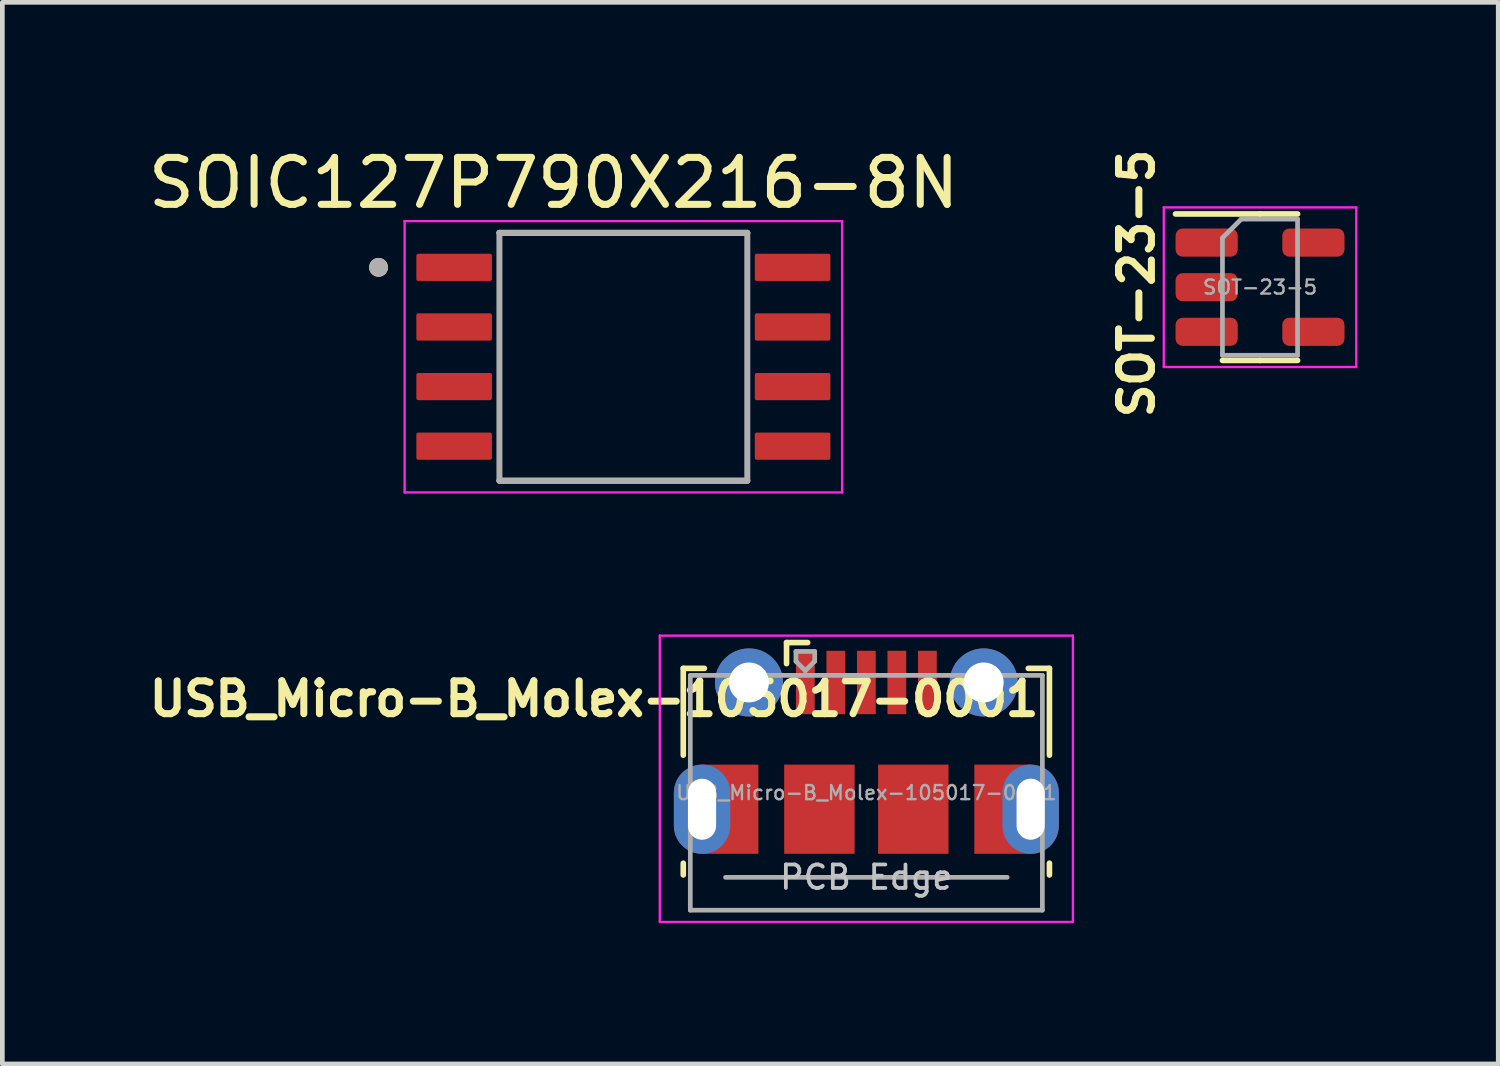
<source format=kicad_pcb>
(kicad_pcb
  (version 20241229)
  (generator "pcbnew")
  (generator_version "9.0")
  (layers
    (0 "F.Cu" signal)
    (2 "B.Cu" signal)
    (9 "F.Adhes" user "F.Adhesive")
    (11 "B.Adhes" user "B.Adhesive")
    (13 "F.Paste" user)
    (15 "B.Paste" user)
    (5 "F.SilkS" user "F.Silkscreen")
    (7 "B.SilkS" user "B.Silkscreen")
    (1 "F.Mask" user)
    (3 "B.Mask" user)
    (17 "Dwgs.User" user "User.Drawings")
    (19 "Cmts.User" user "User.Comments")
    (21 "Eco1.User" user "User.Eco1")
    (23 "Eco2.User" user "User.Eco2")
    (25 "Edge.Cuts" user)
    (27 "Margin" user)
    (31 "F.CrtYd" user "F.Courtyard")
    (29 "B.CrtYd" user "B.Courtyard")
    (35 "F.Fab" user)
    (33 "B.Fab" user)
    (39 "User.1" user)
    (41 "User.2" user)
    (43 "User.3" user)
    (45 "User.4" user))
  (footprint "USB_Micro-B_Molex-105017-0001"
    (layer "F.Cu")
    (at 15.405 12.95)
    (property "Reference" "USB_Micro-B_Molex-105017-0001" (at -5.8 -1.113 180) (layer "F.SilkS") (effects (font (size 0.7 0.7) (thickness 0.15))))
    (attr smd)
    (fp_line (start -3.9 -1.762) (end -3.45 -1.762) (stroke (width 0.12) (type solid)) (layer "F.SilkS"))
    (fp_line (start -3.9 0.087) (end -3.9 -1.762) (stroke (width 0.12) (type solid)) (layer "F.SilkS"))
    (fp_line (start -3.9 2.638) (end -3.9 2.388) (stroke (width 0.12) (type solid)) (layer "F.SilkS"))
    (fp_line (start -1.7 -2.312) (end -1.7 -1.863) (stroke (width 0.12) (type solid)) (layer "F.SilkS"))
    (fp_line (start -1.7 -2.312) (end -1.25 -2.312) (stroke (width 0.12) (type solid)) (layer "F.SilkS"))
    (fp_line (start 3.9 -1.762) (end 3.45 -1.762) (stroke (width 0.12) (type solid)) (layer "F.SilkS"))
    (fp_line (start 3.9 0.087) (end 3.9 -1.762) (stroke (width 0.12) (type solid)) (layer "F.SilkS"))
    (fp_line (start 3.9 2.638) (end 3.9 2.388) (stroke (width 0.12) (type solid)) (layer "F.SilkS"))
    (fp_line (start -4.4 -2.46) (end 4.4 -2.46) (stroke (width 0.05) (type solid)) (layer "F.CrtYd"))
    (fp_line (start -4.4 3.64) (end -4.4 -2.46) (stroke (width 0.05) (type solid)) (layer "F.CrtYd"))
    (fp_line (start -4.4 3.64) (end 4.4 3.64) (stroke (width 0.05) (type solid)) (layer "F.CrtYd"))
    (fp_line (start 4.4 -2.46) (end 4.4 3.64) (stroke (width 0.05) (type solid)) (layer "F.CrtYd"))
    (fp_line (start -3.75 -1.613) (end 3.75 -1.613) (stroke (width 0.1) (type solid)) (layer "F.Fab"))
    (fp_line (start -3.75 3.388) (end -3.75 -1.613) (stroke (width 0.1) (type solid)) (layer "F.Fab"))
    (fp_line (start -3.75 3.389) (end 3.75 3.389) (stroke (width 0.1) (type solid)) (layer "F.Fab"))
    (fp_line (start -3 2.689) (end 3 2.689) (stroke (width 0.1) (type solid)) (layer "F.Fab"))
    (fp_line (start -1.5 -2.123) (end -1.5 -1.913) (stroke (width 0.1) (type solid)) (layer "F.Fab"))
    (fp_line (start -1.5 -2.123) (end -1.1 -2.123) (stroke (width 0.1) (type solid)) (layer "F.Fab"))
    (fp_line (start -1.3 -1.712) (end -1.5 -1.913) (stroke (width 0.1) (type solid)) (layer "F.Fab"))
    (fp_line (start -1.1 -2.123) (end -1.1 -1.913) (stroke (width 0.1) (type solid)) (layer "F.Fab"))
    (fp_line (start -1.1 -1.913) (end -1.3 -1.712) (stroke (width 0.1) (type solid)) (layer "F.Fab"))
    (fp_line (start 3.75 3.388) (end 3.75 -1.613) (stroke (width 0.1) (type solid)) (layer "F.Fab"))
    (fp_text user "PCB Edge" (at 0 2.688 180) (layer "Dwgs.User") (effects (font (size 0.5 0.5) (thickness 0.08))))
    (fp_text user "${REFERENCE}" (at 0 0.887 180) (layer "F.Fab") (effects (font (size 0.3 0.3) (thickness 0.05))))
    (pad "1" smd rect (at -1.3 -1.462) (size 0.4 1.35) (layers "F.Cu"))
    (pad "2" smd rect (at -0.65 -1.462) (size 0.4 1.35) (layers "F.Cu"))
    (pad "3" smd rect (at 0 -1.462) (size 0.4 1.35) (layers "F.Cu"))
    (pad "4" smd rect (at 0.65 -1.462) (size 0.4 1.35) (layers "F.Cu"))
    (pad "5" smd rect (at 1.3 -1.462) (size 0.4 1.35) (layers "F.Cu"))
    (pad "6" thru_hole oval (at -3.5 1.238 180) (size 1.2 1.9) (drill oval 0.6 1.3) (layers "*.Cu"))
    (pad "6" smd rect (at -2.9 1.238) (size 1.2 1.9) (layers "F.Cu" "F.Mask"))
    (pad "6" thru_hole circle (at -2.5 -1.462) (size 1.45 1.45) (drill 0.85) (layers "*.Cu"))
    (pad "6" smd rect (at -1 1.238) (size 1.5 1.9) (layers "F.Cu" "F.Mask" "F.Paste"))
    (pad "6" smd rect (at 1 1.238) (size 1.5 1.9) (layers "F.Cu" "F.Mask" "F.Paste"))
    (pad "6" thru_hole circle (at 2.5 -1.462) (size 1.45 1.45) (drill 0.85) (layers "*.Cu"))
    (pad "6" smd rect (at 2.9 1.238) (size 1.2 1.9) (layers "F.Cu" "F.Mask"))
    (pad "6" thru_hole oval (at 3.5 1.238) (size 1.2 1.9) (drill oval 0.6 1.3) (layers "*.Cu")))
  (footprint "SOIC127P790X216-8N"
    (layer "F.Cu")
    (at 10.229 4.55)
    (property "Reference" "SOIC127P790X216-8N" (at -1.485 -3.702 0) (layer "F.SilkS") (effects (font (size 1 1) (thickness 0.15))))
    (attr smd)
    (fp_line (start -2.64 -2.64) (end 2.64 -2.64) (stroke (width 0.127) (type solid)) (layer "F.SilkS"))
    (fp_line (start -2.64 2.64) (end 2.64 2.64) (stroke (width 0.127) (type solid)) (layer "F.SilkS"))
    (fp_circle (center -5.215 -1.905) (end -5.115 -1.905) (stroke (width 0.2) (type solid)) (fill no) (layer "F.SilkS"))
    (fp_line (start -4.66 -2.89) (end -4.66 2.89) (stroke (width 0.05) (type solid)) (layer "F.CrtYd"))
    (fp_line (start -4.66 -2.89) (end 4.66 -2.89) (stroke (width 0.05) (type solid)) (layer "F.CrtYd"))
    (fp_line (start -4.66 2.89) (end 4.66 2.89) (stroke (width 0.05) (type solid)) (layer "F.CrtYd"))
    (fp_line (start 4.66 -2.89) (end 4.66 2.89) (stroke (width 0.05) (type solid)) (layer "F.CrtYd"))
    (fp_line (start -2.64 -2.64) (end -2.64 2.64) (stroke (width 0.127) (type solid)) (layer "F.Fab"))
    (fp_line (start -2.64 -2.64) (end 2.64 -2.64) (stroke (width 0.127) (type solid)) (layer "F.Fab"))
    (fp_line (start -2.64 2.64) (end 2.64 2.64) (stroke (width 0.127) (type solid)) (layer "F.Fab"))
    (fp_line (start 2.64 -2.64) (end 2.64 2.64) (stroke (width 0.127) (type solid)) (layer "F.Fab"))
    (fp_circle (center -5.215 -1.905) (end -5.115 -1.905) (stroke (width 0.2) (type solid)) (fill no) (layer "F.Fab"))
    (pad "1" smd roundrect (at -3.605 -1.905) (size 1.61 0.58) (layers "F.Cu" "F.Mask" "F.Paste") (roundrect_rratio 0.07))
    (pad "2" smd roundrect (at -3.605 -0.635) (size 1.61 0.58) (layers "F.Cu" "F.Mask" "F.Paste") (roundrect_rratio 0.07))
    (pad "3" smd roundrect (at -3.605 0.635) (size 1.61 0.58) (layers "F.Cu" "F.Mask" "F.Paste") (roundrect_rratio 0.07))
    (pad "4" smd roundrect (at -3.605 1.905) (size 1.61 0.58) (layers "F.Cu" "F.Mask" "F.Paste") (roundrect_rratio 0.07))
    (pad "5" smd roundrect (at 3.605 1.905) (size 1.61 0.58) (layers "F.Cu" "F.Mask" "F.Paste") (roundrect_rratio 0.07))
    (pad "6" smd roundrect (at 3.605 0.635) (size 1.61 0.58) (layers "F.Cu" "F.Mask" "F.Paste") (roundrect_rratio 0.07))
    (pad "7" smd roundrect (at 3.605 -0.635) (size 1.61 0.58) (layers "F.Cu" "F.Mask" "F.Paste") (roundrect_rratio 0.07))
    (pad "8" smd roundrect (at 3.605 -1.905) (size 1.61 0.58) (layers "F.Cu" "F.Mask" "F.Paste") (roundrect_rratio 0.07)))
  (footprint "SOT-23-5"
    (layer "F.Cu")
    (at 23.791 3.068)
    (property "Reference" "SOT-23-5" (at -2.63 -0.08 90) (unlocked yes) (layer "F.SilkS") (effects (font (size 0.7 0.7) (thickness 0.15))))
    (attr smd)
    (fp_line (start 0 -1.56) (end -1.8 -1.56) (stroke (width 0.12) (type solid)) (layer "F.SilkS"))
    (fp_line (start 0 -1.56) (end 0.8 -1.56) (stroke (width 0.12) (type solid)) (layer "F.SilkS"))
    (fp_line (start 0 1.56) (end -0.8 1.56) (stroke (width 0.12) (type solid)) (layer "F.SilkS"))
    (fp_line (start 0 1.56) (end 0.8 1.56) (stroke (width 0.12) (type solid)) (layer "F.SilkS"))
    (fp_line (start -2.05 -1.7) (end -2.05 1.7) (stroke (width 0.05) (type solid)) (layer "F.CrtYd"))
    (fp_line (start -2.05 1.7) (end 2.05 1.7) (stroke (width 0.05) (type solid)) (layer "F.CrtYd"))
    (fp_line (start 2.05 -1.7) (end -2.05 -1.7) (stroke (width 0.05) (type solid)) (layer "F.CrtYd"))
    (fp_line (start 2.05 1.7) (end 2.05 -1.7) (stroke (width 0.05) (type solid)) (layer "F.CrtYd"))
    (fp_line (start -0.8 -1.05) (end -0.4 -1.45) (stroke (width 0.1) (type solid)) (layer "F.Fab"))
    (fp_line (start -0.8 1.45) (end -0.8 -1.05) (stroke (width 0.1) (type solid)) (layer "F.Fab"))
    (fp_line (start -0.4 -1.45) (end 0.8 -1.45) (stroke (width 0.1) (type solid)) (layer "F.Fab"))
    (fp_line (start 0.8 -1.45) (end 0.8 1.45) (stroke (width 0.1) (type solid)) (layer "F.Fab"))
    (fp_line (start 0.8 1.45) (end -0.8 1.45) (stroke (width 0.1) (type solid)) (layer "F.Fab"))
    (fp_text user "${REFERENCE}" (at 0 0 180) (layer "F.Fab") (effects (font (size 0.3 0.3) (thickness 0.05))))
    (pad "1" smd roundrect (at -1.137 -0.95) (size 1.325 0.6) (layers "F.Cu" "F.Mask" "F.Paste") (roundrect_rratio 0.25))
    (pad "2" smd roundrect (at -1.137 0) (size 1.325 0.6) (layers "F.Cu" "F.Mask" "F.Paste") (roundrect_rratio 0.25))
    (pad "3" smd roundrect (at -1.137 0.95) (size 1.325 0.6) (layers "F.Cu" "F.Mask" "F.Paste") (roundrect_rratio 0.25))
    (pad "4" smd roundrect (at 1.137 0.95) (size 1.325 0.6) (layers "F.Cu" "F.Mask" "F.Paste") (roundrect_rratio 0.25))
    (pad "5" smd roundrect (at 1.137 -0.95) (size 1.325 0.6) (layers "F.Cu" "F.Mask" "F.Paste") (roundrect_rratio 0.25)))
  (gr_rect
    (start -3 -3)
    (end 28.866 19.615)
    (stroke (width 0.1) (type default))
    (fill no)
    (layer "Edge.Cuts")))
</source>
